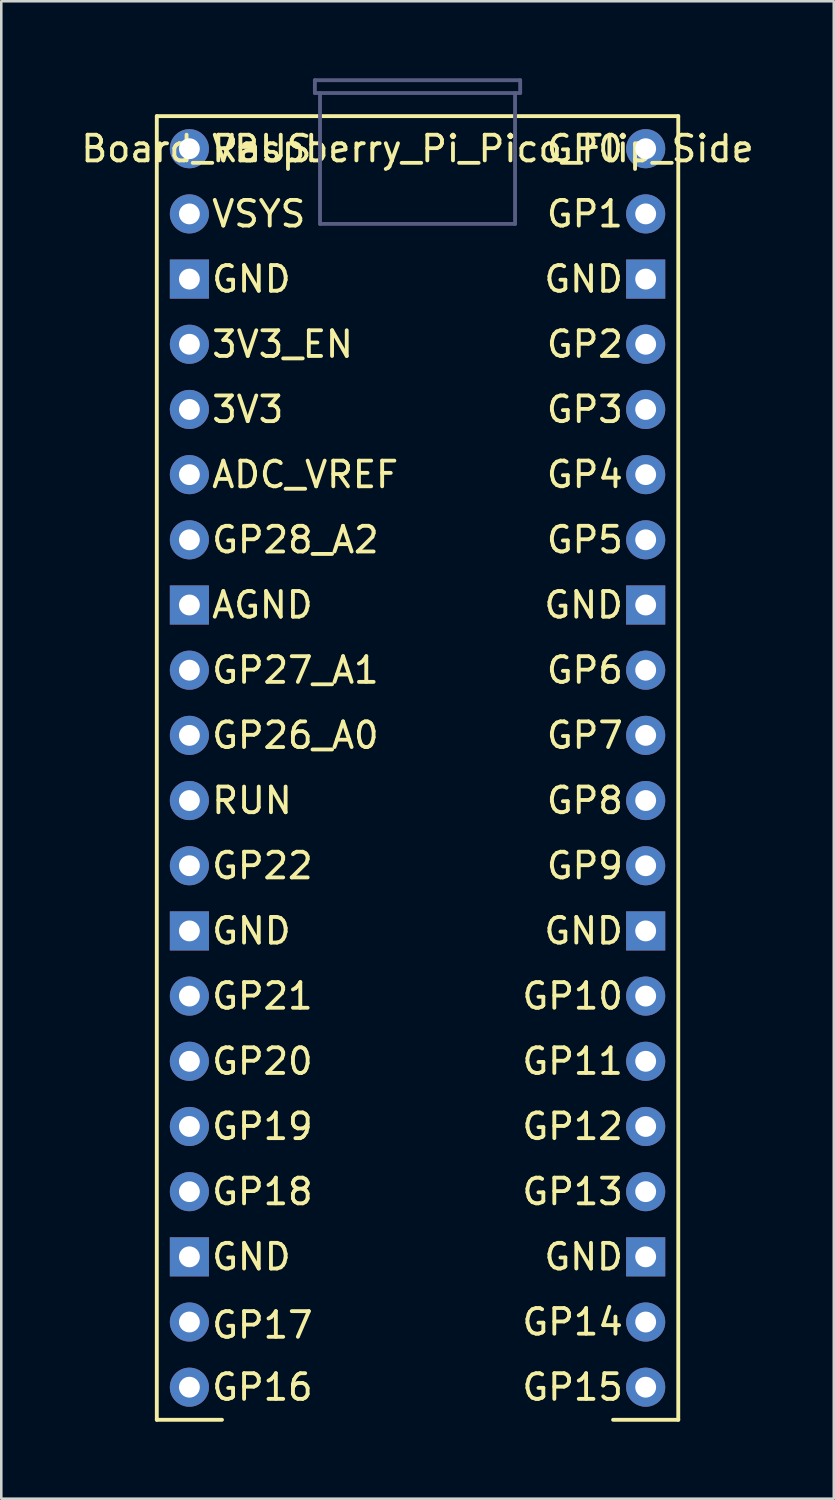
<source format=kicad_pcb>
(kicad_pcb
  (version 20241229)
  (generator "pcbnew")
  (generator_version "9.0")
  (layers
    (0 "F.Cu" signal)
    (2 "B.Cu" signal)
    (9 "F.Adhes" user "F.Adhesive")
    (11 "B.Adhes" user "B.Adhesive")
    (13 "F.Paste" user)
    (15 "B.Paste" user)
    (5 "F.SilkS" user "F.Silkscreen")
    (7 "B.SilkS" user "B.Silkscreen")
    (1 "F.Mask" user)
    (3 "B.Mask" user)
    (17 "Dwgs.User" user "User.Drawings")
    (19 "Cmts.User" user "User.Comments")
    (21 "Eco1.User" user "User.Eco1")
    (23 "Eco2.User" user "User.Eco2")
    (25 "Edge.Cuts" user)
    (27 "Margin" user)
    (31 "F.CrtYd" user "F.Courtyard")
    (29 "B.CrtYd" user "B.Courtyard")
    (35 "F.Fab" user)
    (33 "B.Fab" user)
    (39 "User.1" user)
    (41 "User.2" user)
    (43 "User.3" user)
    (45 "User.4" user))
  (footprint "Board_Raspberry_Pi_Pico_Flip_Side"
    (layer "F.Cu")
    (at 13.22 26.875)
    (property "Reference" "Board_Raspberry_Pi_Pico_Flip_Side" (at 0 -24.13 0) (unlocked yes) (layer "F.SilkS") (effects (font (size 1 1) (thickness 0.15))))
    (attr through_hole)
    (fp_line (start -10.16 -25.4) (end -10.16 25.4) (stroke (width 0.15) (type solid)) (layer "F.SilkS"))
    (fp_line (start -10.16 -25.4) (end 10.16 -25.4) (stroke (width 0.15) (type solid)) (layer "F.SilkS"))
    (fp_line (start -10.16 25.4) (end -7.62 25.4) (stroke (width 0.15) (type solid)) (layer "F.SilkS"))
    (fp_line (start 10.16 -25.4) (end 10.16 25.4) (stroke (width 0.15) (type solid)) (layer "F.SilkS"))
    (fp_line (start 10.16 25.4) (end 7.62 25.4) (stroke (width 0.15) (type solid)) (layer "F.SilkS"))
    (fp_line (start -4 -26.8) (end -4 -26.3) (stroke (width 0.15) (type solid)) (layer "B.Fab"))
    (fp_line (start -3.8 -26.3) (end -3.8 -21.2) (stroke (width 0.15) (type solid)) (layer "B.Fab"))
    (fp_line (start 3.8 -26.3) (end 3.8 -21.2) (stroke (width 0.15) (type solid)) (layer "B.Fab"))
    (fp_line (start 3.8 -21.2) (end -3.8 -21.2) (stroke (width 0.15) (type solid)) (layer "B.Fab"))
    (fp_line (start 4 -26.8) (end -4 -26.8) (stroke (width 0.15) (type solid)) (layer "B.Fab"))
    (fp_line (start 4 -26.8) (end 4 -26.3) (stroke (width 0.15) (type solid)) (layer "B.Fab"))
    (fp_line (start 4 -26.3) (end -4 -26.3) (stroke (width 0.15) (type solid)) (layer "B.Fab"))
    (fp_text user "3V3_EN" (at -8.096 -16.51 0) (unlocked yes) (layer "F.SilkS") (effects (font (size 1 1) (thickness 0.15)) (justify left)))
    (fp_text user "GP1" (at 8.096 -21.59 0) (unlocked yes) (layer "F.SilkS") (effects (font (size 1 1) (thickness 0.15)) (justify right)))
    (fp_text user "GP7" (at 8.096 -1.27 0) (unlocked yes) (layer "F.SilkS") (effects (font (size 1 1) (thickness 0.15)) (justify right)))
    (fp_text user "GND" (at -8.096 -19.05 0) (unlocked yes) (layer "F.SilkS") (effects (font (size 1 1) (thickness 0.15)) (justify left)))
    (fp_text user "GND" (at -8.096 6.35 0) (unlocked yes) (layer "F.SilkS") (effects (font (size 1 1) (thickness 0.15)) (justify left)))
    (fp_text user "GP21" (at -8.096 8.89 0) (unlocked yes) (layer "F.SilkS") (effects (font (size 1 1) (thickness 0.15)) (justify left)))
    (fp_text user "GND" (at 8.096 19.05 0) (unlocked yes) (layer "F.SilkS") (effects (font (size 1 1) (thickness 0.15)) (justify right)))
    (fp_text user "VBUS" (at -8.096 -24.13 0) (unlocked yes) (layer "F.SilkS") (effects (font (size 1 1) (thickness 0.15)) (justify left)))
    (fp_text user "GP0" (at 8.096 -24.13 0) (unlocked yes) (layer "F.SilkS") (effects (font (size 1 1) (thickness 0.15)) (justify right)))
    (fp_text user "GP14" (at 8.096 21.59 0) (unlocked yes) (layer "F.SilkS") (effects (font (size 1 1) (thickness 0.15)) (justify right)))
    (fp_text user "GP19" (at -8.096 13.97 0) (unlocked yes) (layer "F.SilkS") (effects (font (size 1 1) (thickness 0.15)) (justify left)))
    (fp_text user "GND" (at -8.096 19.05 0) (unlocked yes) (layer "F.SilkS") (effects (font (size 1 1) (thickness 0.15)) (justify left)))
    (fp_text user "GP13" (at 8.096 16.51 0) (unlocked yes) (layer "F.SilkS") (effects (font (size 1 1) (thickness 0.15)) (justify right)))
    (fp_text user "GP2" (at 8.096 -16.51 0) (unlocked yes) (layer "F.SilkS") (effects (font (size 1 1) (thickness 0.15)) (justify right)))
    (fp_text user "GP18" (at -8.096 16.51 0) (unlocked yes) (layer "F.SilkS") (effects (font (size 1 1) (thickness 0.15)) (justify left)))
    (fp_text user "GP15" (at 8.096 24.13 0) (unlocked yes) (layer "F.SilkS") (effects (font (size 1 1) (thickness 0.15)) (justify right)))
    (fp_text user "GP11" (at 8.096 11.43 0) (unlocked yes) (layer "F.SilkS") (effects (font (size 1 1) (thickness 0.15)) (justify right)))
    (fp_text user "GND" (at 8.096 6.35 0) (unlocked yes) (layer "F.SilkS") (effects (font (size 1 1) (thickness 0.15)) (justify right)))
    (fp_text user "GP9" (at 8.096 3.81 0) (unlocked yes) (layer "F.SilkS") (effects (font (size 1 1) (thickness 0.15)) (justify right)))
    (fp_text user "3V3" (at -8.096 -13.97 0) (unlocked yes) (layer "F.SilkS") (effects (font (size 1 1) (thickness 0.15)) (justify left)))
    (fp_text user "VSYS" (at -8.096 -21.59 0) (unlocked yes) (layer "F.SilkS") (effects (font (size 1 1) (thickness 0.15)) (justify left)))
    (fp_text user "AGND" (at -8.096 -6.35 0) (unlocked yes) (layer "F.SilkS") (effects (font (size 1 1) (thickness 0.15)) (justify left)))
    (fp_text user "GP22" (at -8.096 3.81 0) (unlocked yes) (layer "F.SilkS") (effects (font (size 1 1) (thickness 0.15)) (justify left)))
    (fp_text user "GP12" (at 8.096 13.97 0) (unlocked yes) (layer "F.SilkS") (effects (font (size 1 1) (thickness 0.15)) (justify right)))
    (fp_text user "GP17" (at -8.096 21.711 0) (unlocked yes) (layer "F.SilkS") (effects (font (size 1 1) (thickness 0.15)) (justify left)))
    (fp_text user "GP20" (at -8.096 11.43 0) (unlocked yes) (layer "F.SilkS") (effects (font (size 1 1) (thickness 0.15)) (justify left)))
    (fp_text user "RUN" (at -8.096 1.27 0) (unlocked yes) (layer "F.SilkS") (effects (font (size 1 1) (thickness 0.15)) (justify left)))
    (fp_text user "GP6" (at 8.096 -3.81 0) (unlocked yes) (layer "F.SilkS") (effects (font (size 1 1) (thickness 0.15)) (justify right)))
    (fp_text user "GP8" (at 8.096 1.27 0) (unlocked yes) (layer "F.SilkS") (effects (font (size 1 1) (thickness 0.15)) (justify right)))
    (fp_text user "GP26_A0" (at -8.096 -1.27 0) (unlocked yes) (layer "F.SilkS") (effects (font (size 1 1) (thickness 0.15)) (justify left)))
    (fp_text user "GP16" (at -8.096 24.13 0) (unlocked yes) (layer "F.SilkS") (effects (font (size 1 1) (thickness 0.15)) (justify left)))
    (fp_text user "GND" (at 8.096 -19.05 0) (unlocked yes) (layer "F.SilkS") (effects (font (size 1 1) (thickness 0.15)) (justify right)))
    (fp_text user "GP5" (at 8.096 -8.89 0) (layer "F.SilkS") (effects (font (size 1 1) (thickness 0.15)) (justify right)))
    (fp_text user "GP28_A2" (at -8.096 -8.89 0) (unlocked yes) (layer "F.SilkS") (effects (font (size 1 1) (thickness 0.15)) (justify left)))
    (fp_text user "GND" (at 8.096 -6.35 0) (unlocked yes) (layer "F.SilkS") (effects (font (size 1 1) (thickness 0.15)) (justify right)))
    (fp_text user "GP3" (at 8.096 -13.97 0) (unlocked yes) (layer "F.SilkS") (effects (font (size 1 1) (thickness 0.15)) (justify right)))
    (fp_text user "GP27_A1" (at -8.096 -3.81 0) (unlocked yes) (layer "F.SilkS") (effects (font (size 1 1) (thickness 0.15)) (justify left)))
    (fp_text user "GP4" (at 8.096 -11.433 0) (unlocked yes) (layer "F.SilkS") (effects (font (size 1 1) (thickness 0.15)) (justify right)))
    (fp_text user "GP10" (at 8.096 8.89 0) (unlocked yes) (layer "F.SilkS") (effects (font (size 1 1) (thickness 0.15)) (justify right)))
    (fp_text user "ADC_VREF" (at -8.096 -11.43 0) (unlocked yes) (layer "F.SilkS") (effects (font (size 1 1) (thickness 0.15)) (justify left)))
    (pad "1" thru_hole circle (at 8.89 -24.13) (size 1.524 1.524) (drill 0.813) (layers "*.Cu" "*.Mask"))
    (pad "2" thru_hole circle (at 8.89 -21.59) (size 1.524 1.524) (drill 0.813) (layers "*.Cu" "*.Mask"))
    (pad "3" thru_hole rect (at 8.89 -19.05) (size 1.524 1.524) (drill 0.813) (layers "*.Cu" "*.Mask"))
    (pad "4" thru_hole circle (at 8.89 -16.51) (size 1.524 1.524) (drill 0.813) (layers "*.Cu" "*.Mask"))
    (pad "5" thru_hole circle (at 8.89 -13.97) (size 1.524 1.524) (drill 0.813) (layers "*.Cu" "*.Mask"))
    (pad "6" thru_hole circle (at 8.89 -11.43) (size 1.524 1.524) (drill 0.813) (layers "*.Cu" "*.Mask"))
    (pad "7" thru_hole circle (at 8.89 -8.89) (size 1.524 1.524) (drill 0.813) (layers "*.Cu" "*.Mask"))
    (pad "8" thru_hole rect (at 8.89 -6.35) (size 1.524 1.524) (drill 0.813) (layers "*.Cu" "*.Mask"))
    (pad "9" thru_hole circle (at 8.89 -3.81) (size 1.524 1.524) (drill 0.813) (layers "*.Cu" "*.Mask"))
    (pad "10" thru_hole circle (at 8.89 -1.27) (size 1.524 1.524) (drill 0.813) (layers "*.Cu" "*.Mask"))
    (pad "11" thru_hole circle (at 8.89 1.27) (size 1.524 1.524) (drill 0.813) (layers "*.Cu" "*.Mask"))
    (pad "12" thru_hole circle (at 8.89 3.81) (size 1.524 1.524) (drill 0.813) (layers "*.Cu" "*.Mask"))
    (pad "13" thru_hole rect (at 8.89 6.35) (size 1.524 1.524) (drill 0.813) (layers "*.Cu" "*.Mask"))
    (pad "14" thru_hole circle (at 8.89 8.89) (size 1.524 1.524) (drill 0.813) (layers "*.Cu" "*.Mask"))
    (pad "15" thru_hole circle (at 8.89 11.43) (size 1.524 1.524) (drill 0.813) (layers "*.Cu" "*.Mask"))
    (pad "16" thru_hole circle (at 8.89 13.97) (size 1.524 1.524) (drill 0.813) (layers "*.Cu" "*.Mask"))
    (pad "17" thru_hole circle (at 8.89 16.51) (size 1.524 1.524) (drill 0.813) (layers "*.Cu" "*.Mask"))
    (pad "18" thru_hole rect (at 8.89 19.05) (size 1.524 1.524) (drill 0.813) (layers "*.Cu" "*.Mask"))
    (pad "19" thru_hole circle (at 8.89 21.59) (size 1.524 1.524) (drill 0.813) (layers "*.Cu" "*.Mask"))
    (pad "20" thru_hole circle (at 8.89 24.13) (size 1.524 1.524) (drill 0.813) (layers "*.Cu" "*.Mask"))
    (pad "21" thru_hole circle (at -8.89 24.13) (size 1.524 1.524) (drill 0.813) (layers "*.Cu" "*.Mask"))
    (pad "22" thru_hole circle (at -8.89 21.59) (size 1.524 1.524) (drill 0.813) (layers "*.Cu" "*.Mask"))
    (pad "23" thru_hole rect (at -8.89 19.05) (size 1.524 1.524) (drill 0.813) (layers "*.Cu" "*.Mask"))
    (pad "24" thru_hole circle (at -8.89 16.51) (size 1.524 1.524) (drill 0.813) (layers "*.Cu" "*.Mask"))
    (pad "25" thru_hole circle (at -8.89 13.97) (size 1.524 1.524) (drill 0.813) (layers "*.Cu" "*.Mask"))
    (pad "26" thru_hole circle (at -8.89 11.43) (size 1.524 1.524) (drill 0.813) (layers "*.Cu" "*.Mask"))
    (pad "27" thru_hole circle (at -8.89 8.89) (size 1.524 1.524) (drill 0.813) (layers "*.Cu" "*.Mask"))
    (pad "28" thru_hole rect (at -8.89 6.35) (size 1.524 1.524) (drill 0.813) (layers "*.Cu" "*.Mask"))
    (pad "29" thru_hole circle (at -8.89 3.81) (size 1.524 1.524) (drill 0.813) (layers "*.Cu" "*.Mask"))
    (pad "30" thru_hole circle (at -8.89 1.27) (size 1.524 1.524) (drill 0.813) (layers "*.Cu" "*.Mask"))
    (pad "31" thru_hole circle (at -8.89 -1.27) (size 1.524 1.524) (drill 0.813) (layers "*.Cu" "*.Mask"))
    (pad "32" thru_hole circle (at -8.89 -3.81) (size 1.524 1.524) (drill 0.813) (layers "*.Cu" "*.Mask"))
    (pad "33" thru_hole rect (at -8.89 -6.35) (size 1.524 1.524) (drill 0.813) (layers "*.Cu" "*.Mask"))
    (pad "34" thru_hole circle (at -8.89 -8.89) (size 1.524 1.524) (drill 0.813) (layers "*.Cu" "*.Mask"))
    (pad "35" thru_hole circle (at -8.89 -11.43) (size 1.524 1.524) (drill 0.813) (layers "*.Cu" "*.Mask"))
    (pad "36" thru_hole circle (at -8.89 -13.97) (size 1.524 1.524) (drill 0.813) (layers "*.Cu" "*.Mask"))
    (pad "37" thru_hole circle (at -8.89 -16.51) (size 1.524 1.524) (drill 0.813) (layers "*.Cu" "*.Mask"))
    (pad "38" thru_hole rect (at -8.89 -19.05) (size 1.524 1.524) (drill 0.813) (layers "*.Cu" "*.Mask"))
    (pad "39" thru_hole circle (at -8.89 -21.59) (size 1.524 1.524) (drill 0.813) (layers "*.Cu" "*.Mask"))
    (pad "40" thru_hole circle (at -8.89 -24.13) (size 1.524 1.524) (drill 0.813) (layers "*.Cu" "*.Mask")))
  (gr_rect
    (start -3 -3)
    (end 29.44 55.35)
    (stroke (width 0.1) (type default))
    (fill no)
    (layer "Edge.Cuts")))
</source>
